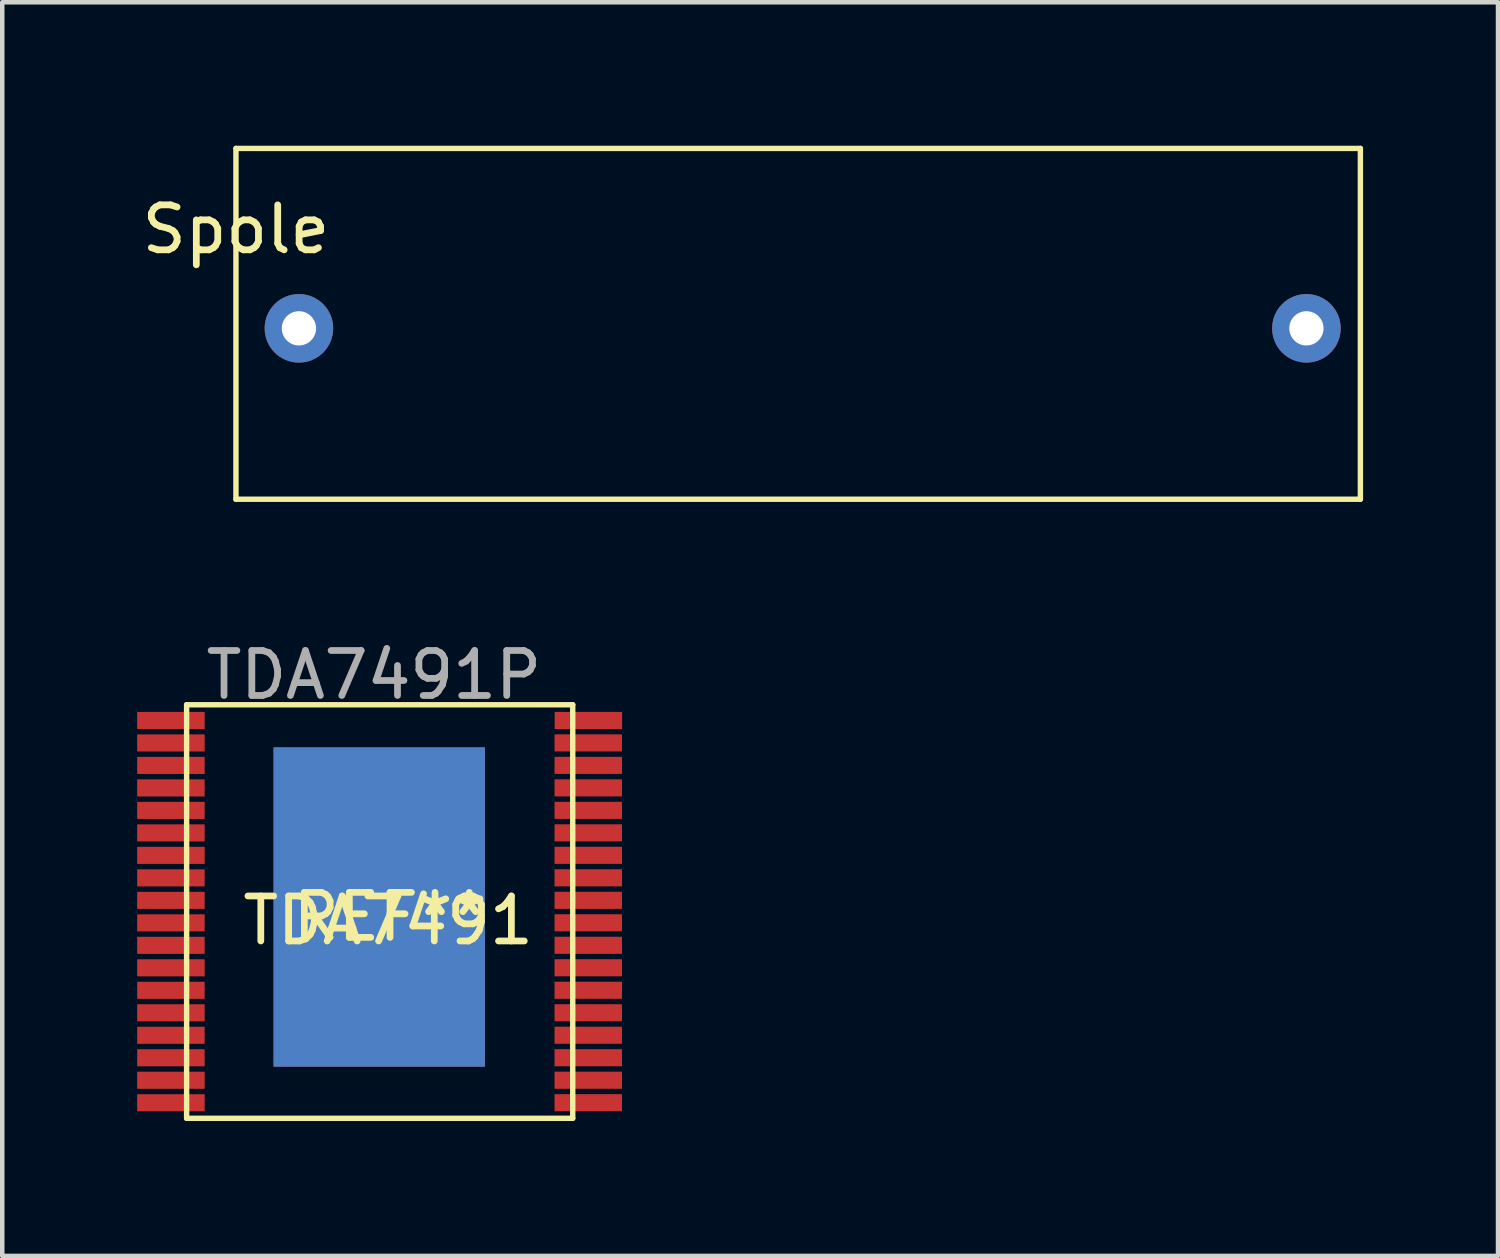
<source format=kicad_pcb>
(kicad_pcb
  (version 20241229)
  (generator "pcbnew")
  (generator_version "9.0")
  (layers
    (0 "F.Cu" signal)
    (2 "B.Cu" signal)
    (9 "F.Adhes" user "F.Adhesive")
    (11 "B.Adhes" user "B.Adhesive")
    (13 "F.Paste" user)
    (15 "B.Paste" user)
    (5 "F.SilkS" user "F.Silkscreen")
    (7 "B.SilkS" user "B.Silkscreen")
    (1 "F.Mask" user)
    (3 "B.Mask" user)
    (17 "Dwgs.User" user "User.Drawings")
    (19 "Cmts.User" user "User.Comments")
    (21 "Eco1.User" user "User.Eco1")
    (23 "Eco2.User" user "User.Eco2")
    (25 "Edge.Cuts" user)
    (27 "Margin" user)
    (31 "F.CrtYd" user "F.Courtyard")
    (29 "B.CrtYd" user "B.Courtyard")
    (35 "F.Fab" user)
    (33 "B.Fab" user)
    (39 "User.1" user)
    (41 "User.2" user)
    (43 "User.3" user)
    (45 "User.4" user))
  (footprint "TDA7491"
    (layer "F.Cu")
    (at 4.782 15.816)
    (property "Reference" "TDA7491" (at 0.8 1.6 0) (layer "F.SilkS") (effects (font (size 1 1) (thickness 0.15))))
    (attr through_hole)
    (fp_line (start -3.683 -3.197) (end -3.683 5.998) (stroke (width 0.12) (type solid)) (layer "F.SilkS"))
    (fp_line (start -3.683 5.998) (end 4.902 5.998) (stroke (width 0.12) (type solid)) (layer "F.SilkS"))
    (fp_line (start 4.902 -3.197) (end -3.683 -3.197) (stroke (width 0.12) (type solid)) (layer "F.SilkS"))
    (fp_line (start 4.902 5.998) (end 4.902 -3.197) (stroke (width 0.12) (type solid)) (layer "F.SilkS"))
    (fp_text user "REF**" (at 0.84 1.52 0) (layer "F.SilkS") (effects (font (size 1 1) (thickness 0.15))))
    (fp_text user "TDA7491P" (at 0.482 -3.858 0) (layer "F.Fab") (effects (font (size 1 1) (thickness 0.15))))
    (pad "1" smd rect (at -4.032 -2.848) (size 1.5 0.38) (layers "F.Cu" "F.Mask" "F.Paste"))
    (pad "1" smd rect (at 0.6 1.3) (size 4.7 7.1) (layers "F.Cu" "F.Mask" "F.Paste"))
    (pad "1" smd rect (at 0.6 1.3) (size 4.7 7.1) (layers "F.Mask" "B.Cu" "F.Paste"))
    (pad "2" smd rect (at -4.032 -2.348) (size 1.5 0.38) (layers "F.Cu" "F.Mask" "F.Paste"))
    (pad "3" smd rect (at -4.032 -1.848) (size 1.5 0.38) (layers "F.Cu" "F.Mask" "F.Paste"))
    (pad "4" smd rect (at -4.032 -1.348) (size 1.5 0.38) (layers "F.Cu" "F.Mask" "F.Paste"))
    (pad "5" smd rect (at -4.032 -0.848) (size 1.5 0.38) (layers "F.Cu" "F.Mask" "F.Paste"))
    (pad "6" smd rect (at -4.032 -0.348) (size 1.5 0.38) (layers "F.Cu" "F.Mask" "F.Paste"))
    (pad "7" smd rect (at -4.032 0.152) (size 1.5 0.38) (layers "F.Cu" "F.Mask" "F.Paste"))
    (pad "8" smd rect (at -4.032 0.652) (size 1.5 0.38) (layers "F.Cu" "F.Mask" "F.Paste"))
    (pad "9" smd rect (at -4.032 1.152) (size 1.5 0.38) (layers "F.Cu" "F.Mask" "F.Paste"))
    (pad "10" smd rect (at -4.032 1.652) (size 1.5 0.38) (layers "F.Cu" "F.Mask" "F.Paste"))
    (pad "11" smd rect (at -4.032 2.152) (size 1.5 0.38) (layers "F.Cu" "F.Mask" "F.Paste"))
    (pad "12" smd rect (at -4.032 2.652) (size 1.5 0.38) (layers "F.Cu" "F.Mask" "F.Paste"))
    (pad "13" smd rect (at -4.032 3.152) (size 1.5 0.38) (layers "F.Cu" "F.Mask" "F.Paste"))
    (pad "14" smd rect (at -4.032 3.652) (size 1.5 0.38) (layers "F.Cu" "F.Mask" "F.Paste"))
    (pad "15" smd rect (at -4.032 4.152) (size 1.5 0.38) (layers "F.Cu" "F.Mask" "F.Paste"))
    (pad "16" smd rect (at -4.032 4.652) (size 1.5 0.38) (layers "F.Cu" "F.Mask" "F.Paste"))
    (pad "17" smd rect (at -4.032 5.152) (size 1.5 0.38) (layers "F.Cu" "F.Mask" "F.Paste"))
    (pad "18" smd rect (at -4.032 5.652) (size 1.5 0.38) (layers "F.Cu" "F.Mask" "F.Paste"))
    (pad "19" smd rect (at 5.247 5.651) (size 1.5 0.38) (layers "F.Cu" "F.Mask" "F.Paste"))
    (pad "20" smd rect (at 5.247 5.151) (size 1.5 0.38) (layers "F.Cu" "F.Mask" "F.Paste"))
    (pad "21" smd rect (at 5.247 4.651) (size 1.5 0.38) (layers "F.Cu" "F.Mask" "F.Paste"))
    (pad "22" smd rect (at 5.247 4.151) (size 1.5 0.38) (layers "F.Cu" "F.Mask" "F.Paste"))
    (pad "23" smd rect (at 5.247 3.651) (size 1.5 0.38) (layers "F.Cu" "F.Mask" "F.Paste"))
    (pad "24" smd rect (at 5.247 3.151) (size 1.5 0.38) (layers "F.Cu" "F.Mask" "F.Paste"))
    (pad "25" smd rect (at 5.247 2.651) (size 1.5 0.38) (layers "F.Cu" "F.Mask" "F.Paste"))
    (pad "26" smd rect (at 5.247 2.151) (size 1.5 0.38) (layers "F.Cu" "F.Mask" "F.Paste"))
    (pad "27" smd rect (at 5.247 1.651) (size 1.5 0.38) (layers "F.Cu" "F.Mask" "F.Paste"))
    (pad "28" smd rect (at 5.247 1.151) (size 1.5 0.38) (layers "F.Cu" "F.Mask" "F.Paste"))
    (pad "29" smd rect (at 5.247 0.651) (size 1.5 0.38) (layers "F.Cu" "F.Mask" "F.Paste"))
    (pad "30" smd rect (at 5.247 0.151) (size 1.5 0.38) (layers "F.Cu" "F.Mask" "F.Paste"))
    (pad "31" smd rect (at 5.247 -0.349) (size 1.5 0.38) (layers "F.Cu" "F.Mask" "F.Paste"))
    (pad "32" smd rect (at 5.247 -0.849) (size 1.5 0.38) (layers "F.Cu" "F.Mask" "F.Paste"))
    (pad "33" smd rect (at 5.247 -1.349) (size 1.5 0.38) (layers "F.Cu" "F.Mask" "F.Paste"))
    (pad "34" smd rect (at 5.247 -1.849) (size 1.5 0.38) (layers "F.Cu" "F.Mask" "F.Paste"))
    (pad "35" smd rect (at 5.247 -2.349) (size 1.5 0.38) (layers "F.Cu" "F.Mask" "F.Paste"))
    (pad "36" smd rect (at 5.25 -2.848) (size 1.5 0.38) (layers "F.Cu" "F.Mask" "F.Paste")))
  (footprint "Spole"
    (layer "F.Cu")
    (at 2.196 0.25)
    (property "Reference" "Spole" (at 0 1.8 0) (layer "F.SilkS") (effects (font (size 1 1) (thickness 0.15))))
    (attr through_hole)
    (fp_line (start 0 0) (end 25 0) (stroke (width 0.12) (type solid)) (layer "F.SilkS"))
    (fp_line (start 0 7.8) (end 0 0) (stroke (width 0.12) (type solid)) (layer "F.SilkS"))
    (fp_line (start 25 0) (end 25 7.8) (stroke (width 0.12) (type solid)) (layer "F.SilkS"))
    (fp_line (start 25 7.8) (end 0 7.8) (stroke (width 0.12) (type solid)) (layer "F.SilkS"))
    (pad "1" thru_hole circle (at 23.8 4) (size 1.524 1.524) (drill 0.762) (layers "*.Cu" "*.Mask"))
    (pad "2" thru_hole circle (at 1.4 4) (size 1.524 1.524) (drill 0.762) (layers "*.Cu" "*.Mask")))
  (gr_rect
    (start -3 -3)
    (end 30.256 24.873)
    (stroke (width 0.1) (type default))
    (fill no)
    (layer "Edge.Cuts")))
</source>
